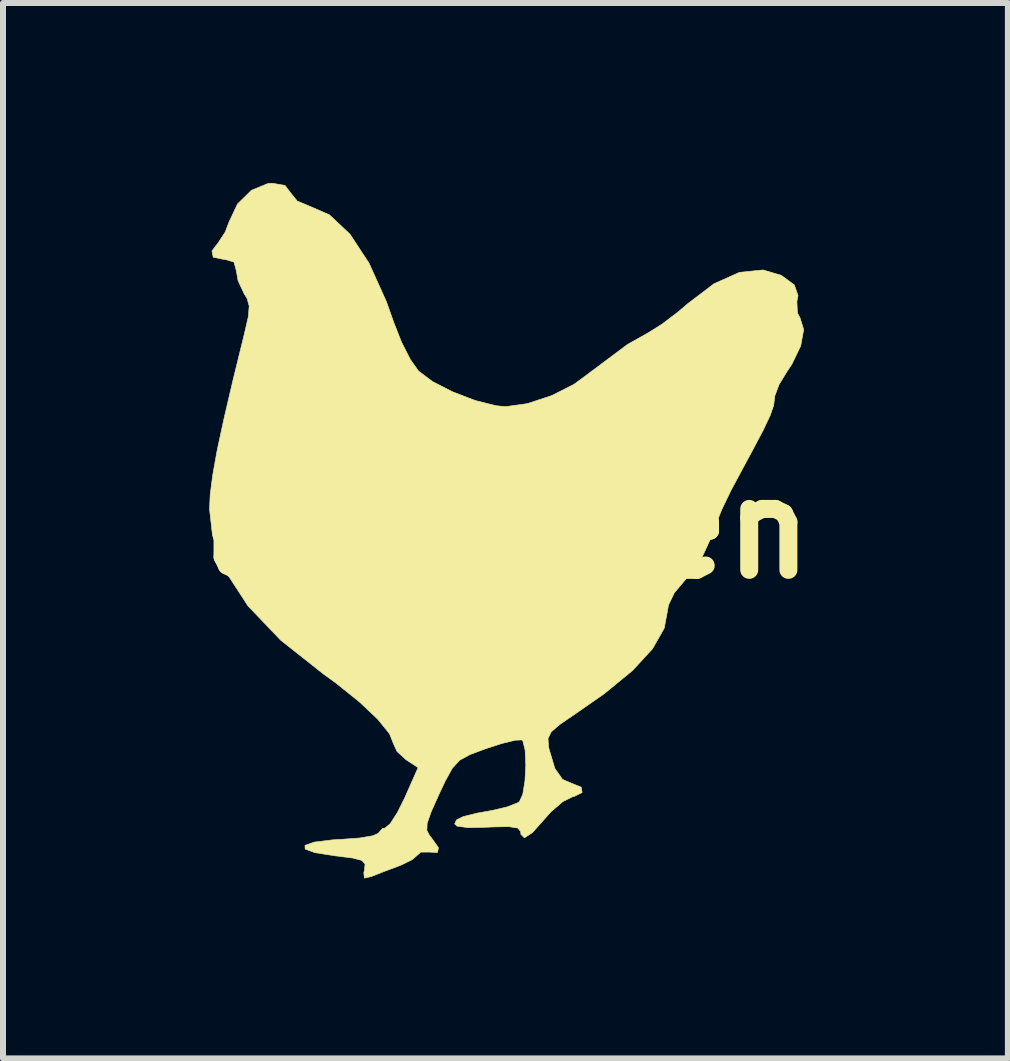
<source format=kicad_pcb>
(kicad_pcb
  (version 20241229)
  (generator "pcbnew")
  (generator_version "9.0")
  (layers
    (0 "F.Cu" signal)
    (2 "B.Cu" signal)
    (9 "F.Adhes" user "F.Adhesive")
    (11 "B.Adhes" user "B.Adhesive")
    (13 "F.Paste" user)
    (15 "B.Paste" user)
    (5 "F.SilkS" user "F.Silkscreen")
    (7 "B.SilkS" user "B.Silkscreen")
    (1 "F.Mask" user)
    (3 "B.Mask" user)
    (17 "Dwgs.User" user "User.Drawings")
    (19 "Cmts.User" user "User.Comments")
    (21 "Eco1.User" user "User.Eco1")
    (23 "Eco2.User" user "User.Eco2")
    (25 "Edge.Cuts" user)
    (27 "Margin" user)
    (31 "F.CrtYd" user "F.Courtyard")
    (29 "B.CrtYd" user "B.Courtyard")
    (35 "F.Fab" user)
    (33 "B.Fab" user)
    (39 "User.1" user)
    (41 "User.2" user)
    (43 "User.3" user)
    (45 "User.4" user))
  (footprint "logo_hen"
    (layer "F.Cu")
    (at 5.378 5.762)
    (property "Reference" "logo_hen" (at 0 0 0) (layer "F.SilkS") (effects (font (size 1.524 1.524) (thickness 0.3))))
    (attr through_hole)
    (fp_poly (pts (xy -3.676 -5.72) (xy -3.583 -5.597) (xy -3.472 -5.46) (xy -3.301 -5.389) (xy -2.935 -5.23) (xy -2.592 -4.907) (xy -2.275 -4.424) (xy -1.986 -3.784) (xy -1.864 -3.44) (xy -1.735 -3.111) (xy -1.584 -2.815) (xy -1.45 -2.626) (xy -1.216 -2.45) (xy -0.879 -2.278) (xy -0.504 -2.134) (xy -0.156 -2.047) (xy 0.005 -2.032) (xy 0.367 -2.083) (xy 0.773 -2.217) (xy 1.14 -2.403) (xy 1.312 -2.529) (xy 2.033 -3.068) (xy 2.371 -3.258) (xy 2.605 -3.404) (xy 2.881 -3.613) (xy 3.032 -3.743) (xy 3.475 -4.08) (xy 3.901 -4.271) (xy 4.295 -4.311) (xy 4.599 -4.221) (xy 4.815 -4.063) (xy 4.878 -3.884) (xy 4.859 -3.785) (xy 4.867 -3.596) (xy 4.911 -3.513) (xy 4.972 -3.317) (xy 4.922 -3.044) (xy 4.773 -2.734) (xy 4.695 -2.619) (xy 4.562 -2.401) (xy 4.491 -2.212) (xy 4.487 -2.177) (xy 4.471 -2.05) (xy 4.413 -1.884) (xy 4.298 -1.641) (xy 4.124 -1.312) (xy 4.003 -1.088) (xy 3.848 -0.799) (xy 3.763 -0.641) (xy 3.607 -0.317) (xy 3.468 0.026) (xy 3.422 0.165) (xy 3.257 0.525) (xy 3.011 0.842) (xy 3.008 0.844) (xy 2.816 1.072) (xy 2.716 1.28) (xy 2.709 1.332) (xy 2.647 1.662) (xy 2.453 2.004) (xy 2.12 2.367) (xy 1.64 2.76) (xy 1.161 3.093) (xy 0.903 3.269) (xy 0.762 3.392) (xy 0.709 3.502) (xy 0.718 3.635) (xy 0.726 3.676) (xy 0.823 4) (xy 0.951 4.183) (xy 1.104 4.249) (xy 1.263 4.313) (xy 1.278 4.402) (xy 1.145 4.468) (xy 1.121 4.472) (xy 0.958 4.552) (xy 0.759 4.723) (xy 0.662 4.832) (xy 0.45 5.07) (xy 0.316 5.158) (xy 0.257 5.099) (xy 0.254 5.055) (xy 0.208 4.995) (xy 0.051 4.97) (xy -0.242 4.977) (xy -0.296 4.98) (xy -0.622 4.988) (xy -0.808 4.962) (xy -0.847 4.926) (xy -0.816 4.858) (xy -0.701 4.802) (xy -0.473 4.746) (xy -0.212 4.699) (xy 0.031 4.641) (xy 0.208 4.571) (xy 0.233 4.554) (xy 0.289 4.43) (xy 0.325 4.207) (xy 0.339 3.945) (xy 0.329 3.705) (xy 0.292 3.549) (xy 0.272 3.525) (xy 0.164 3.53) (xy -0.055 3.583) (xy -0.317 3.667) (xy -0.587 3.767) (xy -0.762 3.862) (xy -0.886 3.997) (xy -1.006 4.214) (xy -1.106 4.427) (xy -1.24 4.726) (xy -1.306 4.915) (xy -1.311 5.033) (xy -1.264 5.123) (xy -1.236 5.155) (xy -1.117 5.323) (xy -1.134 5.403) (xy -1.266 5.395) (xy -1.412 5.395) (xy -1.459 5.437) (xy -1.551 5.519) (xy -1.74 5.612) (xy -1.781 5.628) (xy -2.025 5.719) (xy -2.224 5.798) (xy -2.236 5.803) (xy -2.353 5.829) (xy -2.362 5.738) (xy -2.351 5.693) (xy -2.341 5.595) (xy -2.395 5.534) (xy -2.549 5.494) (xy -2.837 5.458) (xy -2.849 5.456) (xy -3.177 5.405) (xy -3.34 5.345) (xy -3.343 5.283) (xy -3.188 5.229) (xy -2.88 5.191) (xy -2.724 5.182) (xy -2.428 5.16) (xy -2.212 5.123) (xy -2.118 5.081) (xy -2.117 5.076) (xy -2.05 5.001) (xy -2.01 4.995) (xy -1.923 4.924) (xy -1.802 4.736) (xy -1.68 4.491) (xy -1.457 3.987) (xy -1.66 3.854) (xy -1.808 3.718) (xy -1.863 3.599) (xy -1.933 3.423) (xy -2.13 3.18) (xy -2.434 2.892) (xy -2.827 2.577) (xy -3.034 2.427) (xy -3.748 1.862) (xy -4.295 1.289) (xy -4.673 0.706) (xy -4.885 0.113) (xy -4.934 -0.322) (xy -4.923 -0.569) (xy -4.881 -0.892) (xy -4.806 -1.31) (xy -4.692 -1.838) (xy -4.538 -2.495) (xy -4.354 -3.243) (xy -4.288 -3.53) (xy -4.273 -3.709) (xy -4.309 -3.837) (xy -4.359 -3.918) (xy -4.459 -4.134) (xy -4.487 -4.295) (xy -4.527 -4.443) (xy -4.677 -4.487) (xy -4.699 -4.487) (xy -4.873 -4.523) (xy -4.894 -4.627) (xy -4.788 -4.767) (xy -4.672 -4.945) (xy -4.61 -5.109) (xy -4.468 -5.411) (xy -4.236 -5.639) (xy -3.961 -5.752) (xy -3.891 -5.757) (xy -3.676 -5.72)) (stroke (width 0.01) (type solid)) (fill yes) (layer "F.SilkS")))
  (gr_rect
    (start -3 -3)
    (end 13.755 14.597)
    (stroke (width 0.1) (type default))
    (fill no)
    (layer "Edge.Cuts")))
</source>
